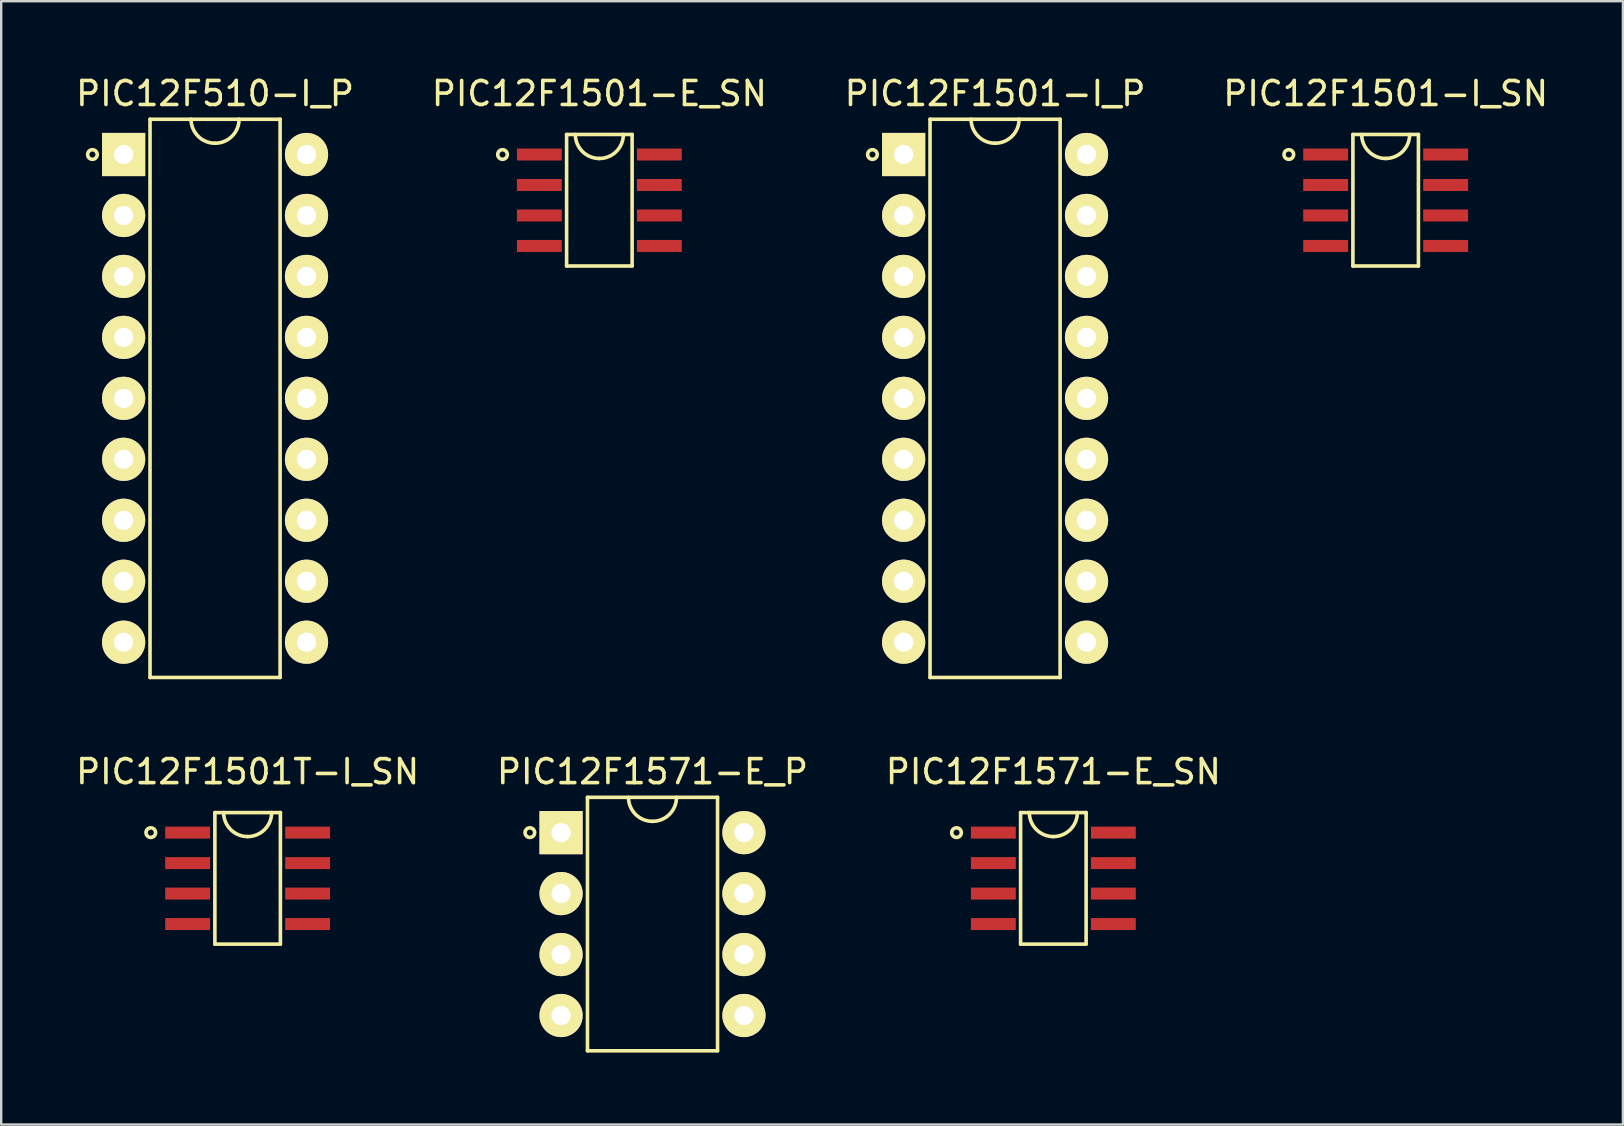
<source format=kicad_pcb>
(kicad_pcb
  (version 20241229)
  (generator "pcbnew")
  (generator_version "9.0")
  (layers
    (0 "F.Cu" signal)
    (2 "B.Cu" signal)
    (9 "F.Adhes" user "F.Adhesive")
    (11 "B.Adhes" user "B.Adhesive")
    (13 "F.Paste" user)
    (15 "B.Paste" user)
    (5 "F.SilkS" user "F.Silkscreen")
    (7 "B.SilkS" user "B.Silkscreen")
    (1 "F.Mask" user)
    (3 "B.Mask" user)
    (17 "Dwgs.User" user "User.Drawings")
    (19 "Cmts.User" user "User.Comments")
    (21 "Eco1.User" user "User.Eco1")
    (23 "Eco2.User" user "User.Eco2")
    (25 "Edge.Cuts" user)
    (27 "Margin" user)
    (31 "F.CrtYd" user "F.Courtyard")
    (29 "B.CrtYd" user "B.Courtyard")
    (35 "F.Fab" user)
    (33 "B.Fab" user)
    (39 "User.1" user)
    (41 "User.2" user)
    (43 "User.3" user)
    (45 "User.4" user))
  (footprint "PIC12F1501-E_SN"
    (layer "F.Cu")
    (at 19.423 3.388)
    (property "Reference" "PIC12F1501-E_SN" (at 2.5 -2.54 0) (layer "F.SilkS") (effects (font (size 1 1) (thickness 0.15))))
    (attr through_hole)
    (fp_line (start 1.135 -0.835) (end 3.865 -0.835) (stroke (width 0.15) (type solid)) (layer "F.SilkS"))
    (fp_line (start 1.135 4.645) (end 1.135 -0.835) (stroke (width 0.15) (type solid)) (layer "F.SilkS"))
    (fp_line (start 3.865 -0.835) (end 3.865 4.645) (stroke (width 0.15) (type solid)) (layer "F.SilkS"))
    (fp_line (start 3.865 4.645) (end 1.135 4.645) (stroke (width 0.15) (type solid)) (layer "F.SilkS"))
    (fp_arc (start 2.5 0.165) (mid 1.792893 -0.127893) (end 1.5 -0.835) (stroke (width 0.15) (type solid)) (layer "F.SilkS"))
    (fp_arc (start 3.5 -0.835) (mid 3.207107 -0.127893) (end 2.5 0.165) (stroke (width 0.15) (type solid)) (layer "F.SilkS"))
    (fp_circle (center -1.535 0) (end -1.535 0.2) (stroke (width 0.15) (type solid)) (fill no) (layer "F.SilkS"))
    (pad "1" smd rect (at 0 0) (size 1.87 0.5) (layers "F.Cu" "F.Mask" "F.Paste"))
    (pad "2" smd rect (at 0 1.27) (size 1.87 0.5) (layers "F.Cu" "F.Mask" "F.Paste"))
    (pad "3" smd rect (at 0 2.54) (size 1.87 0.5) (layers "F.Cu" "F.Mask" "F.Paste"))
    (pad "4" smd rect (at 0 3.81) (size 1.87 0.5) (layers "F.Cu" "F.Mask" "F.Paste"))
    (pad "5" smd rect (at 5 3.81) (size 1.87 0.5) (layers "F.Cu" "F.Mask" "F.Paste"))
    (pad "6" smd rect (at 5 2.54) (size 1.87 0.5) (layers "F.Cu" "F.Mask" "F.Paste"))
    (pad "7" smd rect (at 5 1.27) (size 1.87 0.5) (layers "F.Cu" "F.Mask" "F.Paste"))
    (pad "8" smd rect (at 5 0) (size 1.87 0.5) (layers "F.Cu" "F.Mask" "F.Paste")))
  (footprint "PIC12F510-I_P"
    (layer "F.Cu")
    (at 2.101 3.388)
    (property "Reference" "PIC12F510-I_P" (at 3.81 -2.54 0) (layer "F.SilkS") (effects (font (size 1 1) (thickness 0.15))))
    (attr through_hole)
    (fp_line (start 1.1 -1.47) (end 6.52 -1.47) (stroke (width 0.15) (type solid)) (layer "F.SilkS"))
    (fp_line (start 1.1 21.79) (end 1.1 -1.47) (stroke (width 0.15) (type solid)) (layer "F.SilkS"))
    (fp_line (start 6.52 -1.47) (end 6.52 21.79) (stroke (width 0.15) (type solid)) (layer "F.SilkS"))
    (fp_line (start 6.52 21.79) (end 1.1 21.79) (stroke (width 0.15) (type solid)) (layer "F.SilkS"))
    (fp_arc (start 3.81 -0.47) (mid 3.102893 -0.762893) (end 2.81 -1.47) (stroke (width 0.15) (type solid)) (layer "F.SilkS"))
    (fp_arc (start 4.81 -1.47) (mid 4.517107 -0.762893) (end 3.81 -0.47) (stroke (width 0.15) (type solid)) (layer "F.SilkS"))
    (fp_circle (center -1.3 0) (end -1.3 0.2) (stroke (width 0.15) (type solid)) (fill no) (layer "F.SilkS"))
    (pad "1" thru_hole rect (at 0 0) (size 1.8 1.8) (drill 0.8) (layers "*.Cu" "*.Mask" "F.SilkS"))
    (pad "2" thru_hole circle (at 0 2.54) (size 1.8 1.8) (drill 0.8) (layers "*.Cu" "*.Mask" "F.SilkS"))
    (pad "3" thru_hole circle (at 0 5.08) (size 1.8 1.8) (drill 0.8) (layers "*.Cu" "*.Mask" "F.SilkS"))
    (pad "4" thru_hole circle (at 0 7.62) (size 1.8 1.8) (drill 0.8) (layers "*.Cu" "*.Mask" "F.SilkS"))
    (pad "5" thru_hole circle (at 0 10.16) (size 1.8 1.8) (drill 0.8) (layers "*.Cu" "*.Mask" "F.SilkS"))
    (pad "6" thru_hole circle (at 0 12.7) (size 1.8 1.8) (drill 0.8) (layers "*.Cu" "*.Mask" "F.SilkS"))
    (pad "7" thru_hole circle (at 0 15.24) (size 1.8 1.8) (drill 0.8) (layers "*.Cu" "*.Mask" "F.SilkS"))
    (pad "8" thru_hole circle (at 0 17.78) (size 1.8 1.8) (drill 0.8) (layers "*.Cu" "*.Mask" "F.SilkS"))
    (pad "9" thru_hole circle (at 0 20.32) (size 1.8 1.8) (drill 0.8) (layers "*.Cu" "*.Mask" "F.SilkS"))
    (pad "10" thru_hole circle (at 7.62 20.32) (size 1.8 1.8) (drill 0.8) (layers "*.Cu" "*.Mask" "F.SilkS"))
    (pad "11" thru_hole circle (at 7.62 17.78) (size 1.8 1.8) (drill 0.8) (layers "*.Cu" "*.Mask" "F.SilkS"))
    (pad "12" thru_hole circle (at 7.62 15.24) (size 1.8 1.8) (drill 0.8) (layers "*.Cu" "*.Mask" "F.SilkS"))
    (pad "13" thru_hole circle (at 7.62 12.7) (size 1.8 1.8) (drill 0.8) (layers "*.Cu" "*.Mask" "F.SilkS"))
    (pad "14" thru_hole circle (at 7.62 10.16) (size 1.8 1.8) (drill 0.8) (layers "*.Cu" "*.Mask" "F.SilkS"))
    (pad "15" thru_hole circle (at 7.62 7.62) (size 1.8 1.8) (drill 0.8) (layers "*.Cu" "*.Mask" "F.SilkS"))
    (pad "16" thru_hole circle (at 7.62 5.08) (size 1.8 1.8) (drill 0.8) (layers "*.Cu" "*.Mask" "F.SilkS"))
    (pad "17" thru_hole circle (at 7.62 2.54) (size 1.8 1.8) (drill 0.8) (layers "*.Cu" "*.Mask" "F.SilkS"))
    (pad "18" thru_hole circle (at 7.62 0) (size 1.8 1.8) (drill 0.8) (layers "*.Cu" "*.Mask" "F.SilkS")))
  (footprint "PIC12F1571-E_SN"
    (layer "F.Cu")
    (at 38.339 31.642)
    (property "Reference" "PIC12F1571-E_SN" (at 2.5 -2.54 0) (layer "F.SilkS") (effects (font (size 1 1) (thickness 0.15))))
    (attr through_hole)
    (fp_line (start 1.135 -0.835) (end 3.865 -0.835) (stroke (width 0.15) (type solid)) (layer "F.SilkS"))
    (fp_line (start 1.135 4.645) (end 1.135 -0.835) (stroke (width 0.15) (type solid)) (layer "F.SilkS"))
    (fp_line (start 3.865 -0.835) (end 3.865 4.645) (stroke (width 0.15) (type solid)) (layer "F.SilkS"))
    (fp_line (start 3.865 4.645) (end 1.135 4.645) (stroke (width 0.15) (type solid)) (layer "F.SilkS"))
    (fp_arc (start 2.5 0.165) (mid 1.792893 -0.127893) (end 1.5 -0.835) (stroke (width 0.15) (type solid)) (layer "F.SilkS"))
    (fp_arc (start 3.5 -0.835) (mid 3.207107 -0.127893) (end 2.5 0.165) (stroke (width 0.15) (type solid)) (layer "F.SilkS"))
    (fp_circle (center -1.535 0) (end -1.535 0.2) (stroke (width 0.15) (type solid)) (fill no) (layer "F.SilkS"))
    (pad "1" smd rect (at 0 0) (size 1.87 0.5) (layers "F.Cu" "F.Mask" "F.Paste"))
    (pad "2" smd rect (at 0 1.27) (size 1.87 0.5) (layers "F.Cu" "F.Mask" "F.Paste"))
    (pad "3" smd rect (at 0 2.54) (size 1.87 0.5) (layers "F.Cu" "F.Mask" "F.Paste"))
    (pad "4" smd rect (at 0 3.81) (size 1.87 0.5) (layers "F.Cu" "F.Mask" "F.Paste"))
    (pad "5" smd rect (at 5 3.81) (size 1.87 0.5) (layers "F.Cu" "F.Mask" "F.Paste"))
    (pad "6" smd rect (at 5 2.54) (size 1.87 0.5) (layers "F.Cu" "F.Mask" "F.Paste"))
    (pad "7" smd rect (at 5 1.27) (size 1.87 0.5) (layers "F.Cu" "F.Mask" "F.Paste"))
    (pad "8" smd rect (at 5 0) (size 1.87 0.5) (layers "F.Cu" "F.Mask" "F.Paste")))
  (footprint "PIC12F1571-E_P"
    (layer "F.Cu")
    (at 20.327 31.642)
    (property "Reference" "PIC12F1571-E_P" (at 3.81 -2.54 0) (layer "F.SilkS") (effects (font (size 1 1) (thickness 0.15))))
    (attr through_hole)
    (fp_line (start 1.1 -1.47) (end 6.52 -1.47) (stroke (width 0.15) (type solid)) (layer "F.SilkS"))
    (fp_line (start 1.1 9.09) (end 1.1 -1.47) (stroke (width 0.15) (type solid)) (layer "F.SilkS"))
    (fp_line (start 6.52 -1.47) (end 6.52 9.09) (stroke (width 0.15) (type solid)) (layer "F.SilkS"))
    (fp_line (start 6.52 9.09) (end 1.1 9.09) (stroke (width 0.15) (type solid)) (layer "F.SilkS"))
    (fp_arc (start 3.81 -0.47) (mid 3.102893 -0.762893) (end 2.81 -1.47) (stroke (width 0.15) (type solid)) (layer "F.SilkS"))
    (fp_arc (start 4.81 -1.47) (mid 4.517107 -0.762893) (end 3.81 -0.47) (stroke (width 0.15) (type solid)) (layer "F.SilkS"))
    (fp_circle (center -1.3 0) (end -1.3 0.2) (stroke (width 0.15) (type solid)) (fill no) (layer "F.SilkS"))
    (pad "1" thru_hole rect (at 0 0) (size 1.8 1.8) (drill 0.8) (layers "*.Cu" "*.Mask" "F.SilkS"))
    (pad "2" thru_hole circle (at 0 2.54) (size 1.8 1.8) (drill 0.8) (layers "*.Cu" "*.Mask" "F.SilkS"))
    (pad "3" thru_hole circle (at 0 5.08) (size 1.8 1.8) (drill 0.8) (layers "*.Cu" "*.Mask" "F.SilkS"))
    (pad "4" thru_hole circle (at 0 7.62) (size 1.8 1.8) (drill 0.8) (layers "*.Cu" "*.Mask" "F.SilkS"))
    (pad "5" thru_hole circle (at 7.62 7.62) (size 1.8 1.8) (drill 0.8) (layers "*.Cu" "*.Mask" "F.SilkS"))
    (pad "6" thru_hole circle (at 7.62 5.08) (size 1.8 1.8) (drill 0.8) (layers "*.Cu" "*.Mask" "F.SilkS"))
    (pad "7" thru_hole circle (at 7.62 2.54) (size 1.8 1.8) (drill 0.8) (layers "*.Cu" "*.Mask" "F.SilkS"))
    (pad "8" thru_hole circle (at 7.62 0) (size 1.8 1.8) (drill 0.8) (layers "*.Cu" "*.Mask" "F.SilkS")))
  (footprint "PIC12F1501-I_SN"
    (layer "F.Cu")
    (at 52.185 3.388)
    (property "Reference" "PIC12F1501-I_SN" (at 2.5 -2.54 0) (layer "F.SilkS") (effects (font (size 1 1) (thickness 0.15))))
    (attr through_hole)
    (fp_line (start 1.135 -0.835) (end 3.865 -0.835) (stroke (width 0.15) (type solid)) (layer "F.SilkS"))
    (fp_line (start 1.135 4.645) (end 1.135 -0.835) (stroke (width 0.15) (type solid)) (layer "F.SilkS"))
    (fp_line (start 3.865 -0.835) (end 3.865 4.645) (stroke (width 0.15) (type solid)) (layer "F.SilkS"))
    (fp_line (start 3.865 4.645) (end 1.135 4.645) (stroke (width 0.15) (type solid)) (layer "F.SilkS"))
    (fp_arc (start 2.5 0.165) (mid 1.792893 -0.127893) (end 1.5 -0.835) (stroke (width 0.15) (type solid)) (layer "F.SilkS"))
    (fp_arc (start 3.5 -0.835) (mid 3.207107 -0.127893) (end 2.5 0.165) (stroke (width 0.15) (type solid)) (layer "F.SilkS"))
    (fp_circle (center -1.535 0) (end -1.535 0.2) (stroke (width 0.15) (type solid)) (fill no) (layer "F.SilkS"))
    (pad "1" smd rect (at 0 0) (size 1.87 0.5) (layers "F.Cu" "F.Mask" "F.Paste"))
    (pad "2" smd rect (at 0 1.27) (size 1.87 0.5) (layers "F.Cu" "F.Mask" "F.Paste"))
    (pad "3" smd rect (at 0 2.54) (size 1.87 0.5) (layers "F.Cu" "F.Mask" "F.Paste"))
    (pad "4" smd rect (at 0 3.81) (size 1.87 0.5) (layers "F.Cu" "F.Mask" "F.Paste"))
    (pad "5" smd rect (at 5 3.81) (size 1.87 0.5) (layers "F.Cu" "F.Mask" "F.Paste"))
    (pad "6" smd rect (at 5 2.54) (size 1.87 0.5) (layers "F.Cu" "F.Mask" "F.Paste"))
    (pad "7" smd rect (at 5 1.27) (size 1.87 0.5) (layers "F.Cu" "F.Mask" "F.Paste"))
    (pad "8" smd rect (at 5 0) (size 1.87 0.5) (layers "F.Cu" "F.Mask" "F.Paste")))
  (footprint "PIC12F1501T-I_SN"
    (layer "F.Cu")
    (at 4.768 31.642)
    (property "Reference" "PIC12F1501T-I_SN" (at 2.5 -2.54 0) (layer "F.SilkS") (effects (font (size 1 1) (thickness 0.15))))
    (attr through_hole)
    (fp_line (start 1.135 -0.835) (end 3.865 -0.835) (stroke (width 0.15) (type solid)) (layer "F.SilkS"))
    (fp_line (start 1.135 4.645) (end 1.135 -0.835) (stroke (width 0.15) (type solid)) (layer "F.SilkS"))
    (fp_line (start 3.865 -0.835) (end 3.865 4.645) (stroke (width 0.15) (type solid)) (layer "F.SilkS"))
    (fp_line (start 3.865 4.645) (end 1.135 4.645) (stroke (width 0.15) (type solid)) (layer "F.SilkS"))
    (fp_arc (start 2.5 0.165) (mid 1.792893 -0.127893) (end 1.5 -0.835) (stroke (width 0.15) (type solid)) (layer "F.SilkS"))
    (fp_arc (start 3.5 -0.835) (mid 3.207107 -0.127893) (end 2.5 0.165) (stroke (width 0.15) (type solid)) (layer "F.SilkS"))
    (fp_circle (center -1.535 0) (end -1.535 0.2) (stroke (width 0.15) (type solid)) (fill no) (layer "F.SilkS"))
    (pad "1" smd rect (at 0 0) (size 1.87 0.5) (layers "F.Cu" "F.Mask" "F.Paste"))
    (pad "2" smd rect (at 0 1.27) (size 1.87 0.5) (layers "F.Cu" "F.Mask" "F.Paste"))
    (pad "3" smd rect (at 0 2.54) (size 1.87 0.5) (layers "F.Cu" "F.Mask" "F.Paste"))
    (pad "4" smd rect (at 0 3.81) (size 1.87 0.5) (layers "F.Cu" "F.Mask" "F.Paste"))
    (pad "5" smd rect (at 5 3.81) (size 1.87 0.5) (layers "F.Cu" "F.Mask" "F.Paste"))
    (pad "6" smd rect (at 5 2.54) (size 1.87 0.5) (layers "F.Cu" "F.Mask" "F.Paste"))
    (pad "7" smd rect (at 5 1.27) (size 1.87 0.5) (layers "F.Cu" "F.Mask" "F.Paste"))
    (pad "8" smd rect (at 5 0) (size 1.87 0.5) (layers "F.Cu" "F.Mask" "F.Paste")))
  (footprint "PIC12F1501-I_P"
    (layer "F.Cu")
    (at 34.601 3.388)
    (property "Reference" "PIC12F1501-I_P" (at 3.81 -2.54 0) (layer "F.SilkS") (effects (font (size 1 1) (thickness 0.15))))
    (attr through_hole)
    (fp_line (start 1.1 -1.47) (end 6.52 -1.47) (stroke (width 0.15) (type solid)) (layer "F.SilkS"))
    (fp_line (start 1.1 21.79) (end 1.1 -1.47) (stroke (width 0.15) (type solid)) (layer "F.SilkS"))
    (fp_line (start 6.52 -1.47) (end 6.52 21.79) (stroke (width 0.15) (type solid)) (layer "F.SilkS"))
    (fp_line (start 6.52 21.79) (end 1.1 21.79) (stroke (width 0.15) (type solid)) (layer "F.SilkS"))
    (fp_arc (start 3.81 -0.47) (mid 3.102893 -0.762893) (end 2.81 -1.47) (stroke (width 0.15) (type solid)) (layer "F.SilkS"))
    (fp_arc (start 4.81 -1.47) (mid 4.517107 -0.762893) (end 3.81 -0.47) (stroke (width 0.15) (type solid)) (layer "F.SilkS"))
    (fp_circle (center -1.3 0) (end -1.3 0.2) (stroke (width 0.15) (type solid)) (fill no) (layer "F.SilkS"))
    (pad "1" thru_hole rect (at 0 0) (size 1.8 1.8) (drill 0.8) (layers "*.Cu" "*.Mask" "F.SilkS"))
    (pad "2" thru_hole circle (at 0 2.54) (size 1.8 1.8) (drill 0.8) (layers "*.Cu" "*.Mask" "F.SilkS"))
    (pad "3" thru_hole circle (at 0 5.08) (size 1.8 1.8) (drill 0.8) (layers "*.Cu" "*.Mask" "F.SilkS"))
    (pad "4" thru_hole circle (at 0 7.62) (size 1.8 1.8) (drill 0.8) (layers "*.Cu" "*.Mask" "F.SilkS"))
    (pad "5" thru_hole circle (at 0 10.16) (size 1.8 1.8) (drill 0.8) (layers "*.Cu" "*.Mask" "F.SilkS"))
    (pad "6" thru_hole circle (at 0 12.7) (size 1.8 1.8) (drill 0.8) (layers "*.Cu" "*.Mask" "F.SilkS"))
    (pad "7" thru_hole circle (at 0 15.24) (size 1.8 1.8) (drill 0.8) (layers "*.Cu" "*.Mask" "F.SilkS"))
    (pad "8" thru_hole circle (at 0 17.78) (size 1.8 1.8) (drill 0.8) (layers "*.Cu" "*.Mask" "F.SilkS"))
    (pad "9" thru_hole circle (at 0 20.32) (size 1.8 1.8) (drill 0.8) (layers "*.Cu" "*.Mask" "F.SilkS"))
    (pad "10" thru_hole circle (at 7.62 20.32) (size 1.8 1.8) (drill 0.8) (layers "*.Cu" "*.Mask" "F.SilkS"))
    (pad "11" thru_hole circle (at 7.62 17.78) (size 1.8 1.8) (drill 0.8) (layers "*.Cu" "*.Mask" "F.SilkS"))
    (pad "12" thru_hole circle (at 7.62 15.24) (size 1.8 1.8) (drill 0.8) (layers "*.Cu" "*.Mask" "F.SilkS"))
    (pad "13" thru_hole circle (at 7.62 12.7) (size 1.8 1.8) (drill 0.8) (layers "*.Cu" "*.Mask" "F.SilkS"))
    (pad "14" thru_hole circle (at 7.62 10.16) (size 1.8 1.8) (drill 0.8) (layers "*.Cu" "*.Mask" "F.SilkS"))
    (pad "15" thru_hole circle (at 7.62 7.62) (size 1.8 1.8) (drill 0.8) (layers "*.Cu" "*.Mask" "F.SilkS"))
    (pad "16" thru_hole circle (at 7.62 5.08) (size 1.8 1.8) (drill 0.8) (layers "*.Cu" "*.Mask" "F.SilkS"))
    (pad "17" thru_hole circle (at 7.62 2.54) (size 1.8 1.8) (drill 0.8) (layers "*.Cu" "*.Mask" "F.SilkS"))
    (pad "18" thru_hole circle (at 7.62 0) (size 1.8 1.8) (drill 0.8) (layers "*.Cu" "*.Mask" "F.SilkS")))
  (gr_rect
    (start -3 -3)
    (end 64.571 43.806)
    (stroke (width 0.1) (type default))
    (fill no)
    (layer "Edge.Cuts")))
</source>
